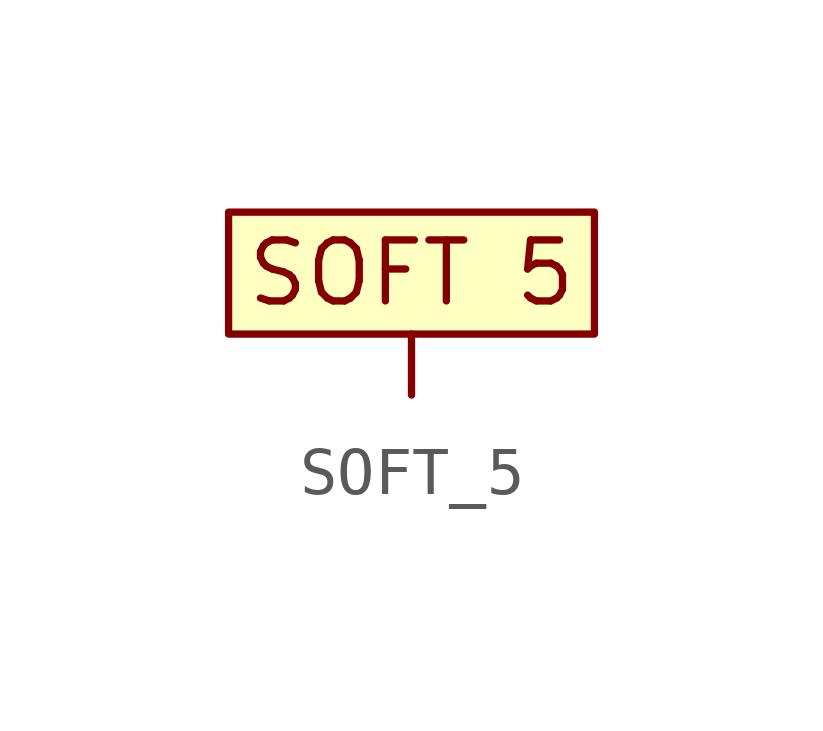
<source format=kicad_sym>
(kicad_symbol_lib
  (version 20211014)
  (generator kicad_symbol_editor)
  (symbol "SOFT_5"
    (property "Reference" "O"
      (at -21.59 16.51 0)
      (effects (font (size 1.27 1.27)) hide))
    (symbol "SOFT_5_0_0"
      (rectangle (start -3.81 1.27) (end 3.81 -1.27) (stroke (width 0) (type default) (color 0 0 0 0)) (fill (type background)))
      (text "SOFT 5" (at 0 0 0) (effects (font (size 1.27 1.27)))))
    (symbol "SOFT_5_1_0"
      (pin passive line (at 0 -2.54 90) (length 1.27) (name "" (effects (font (size 1.27 1.27)))) (number "" (effects (font (size 1.27 1.27))))))))
</source>
